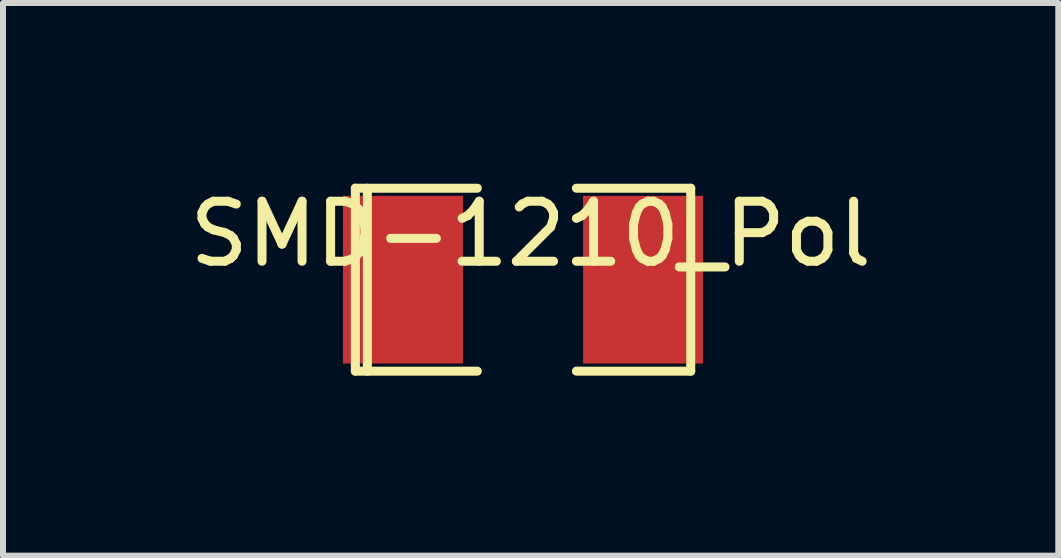
<source format=kicad_pcb>
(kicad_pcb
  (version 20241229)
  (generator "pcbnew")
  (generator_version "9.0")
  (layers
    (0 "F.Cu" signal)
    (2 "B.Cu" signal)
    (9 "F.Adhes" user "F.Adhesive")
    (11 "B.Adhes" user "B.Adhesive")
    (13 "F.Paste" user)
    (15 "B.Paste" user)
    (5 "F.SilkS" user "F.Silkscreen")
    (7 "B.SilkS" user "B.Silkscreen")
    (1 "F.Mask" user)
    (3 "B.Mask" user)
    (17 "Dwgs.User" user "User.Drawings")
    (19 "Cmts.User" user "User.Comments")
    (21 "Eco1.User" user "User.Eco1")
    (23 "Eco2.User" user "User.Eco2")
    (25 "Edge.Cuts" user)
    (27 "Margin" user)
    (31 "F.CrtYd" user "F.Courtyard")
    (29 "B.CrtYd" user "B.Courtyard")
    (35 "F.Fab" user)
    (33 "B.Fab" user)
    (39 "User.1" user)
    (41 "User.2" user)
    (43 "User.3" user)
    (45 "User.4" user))
  (footprint "SMD-1210_Pol"
    (layer "F.Cu")
    (at 5.665 1.61)
    (property "Reference" "SMD-1210_Pol" (at 0.127 -0.762 0) (layer "F.SilkS") (effects (font (size 1 1) (thickness 0.15))))
    (attr smd)
    (fp_line (start -2.794 -1.524) (end -2.794 1.524) (stroke (width 0.15) (type solid)) (layer "F.SilkS"))
    (fp_line (start -2.794 1.524) (end -0.762 1.524) (stroke (width 0.15) (type solid)) (layer "F.SilkS"))
    (fp_line (start -2.594 -1.524) (end -2.594 1.524) (stroke (width 0.15) (type solid)) (layer "F.SilkS"))
    (fp_line (start -0.762 -1.524) (end -2.794 -1.524) (stroke (width 0.15) (type solid)) (layer "F.SilkS"))
    (fp_line (start 0.889 1.524) (end 2.794 1.524) (stroke (width 0.15) (type solid)) (layer "F.SilkS"))
    (fp_line (start 2.794 -1.524) (end 0.889 -1.524) (stroke (width 0.15) (type solid)) (layer "F.SilkS"))
    (fp_line (start 2.794 1.524) (end 2.794 -1.524) (stroke (width 0.15) (type solid)) (layer "F.SilkS"))
    (pad "1" smd rect (at -2 0) (size 2 2.794) (layers "F.Cu" "F.Mask" "F.Paste"))
    (pad "2" smd rect (at 2 0) (size 2 2.794) (layers "F.Cu" "F.Mask" "F.Paste")))
  (gr_rect
    (start -3 -3)
    (end 14.583 6.209)
    (stroke (width 0.1) (type default))
    (fill no)
    (layer "Edge.Cuts")))
</source>
